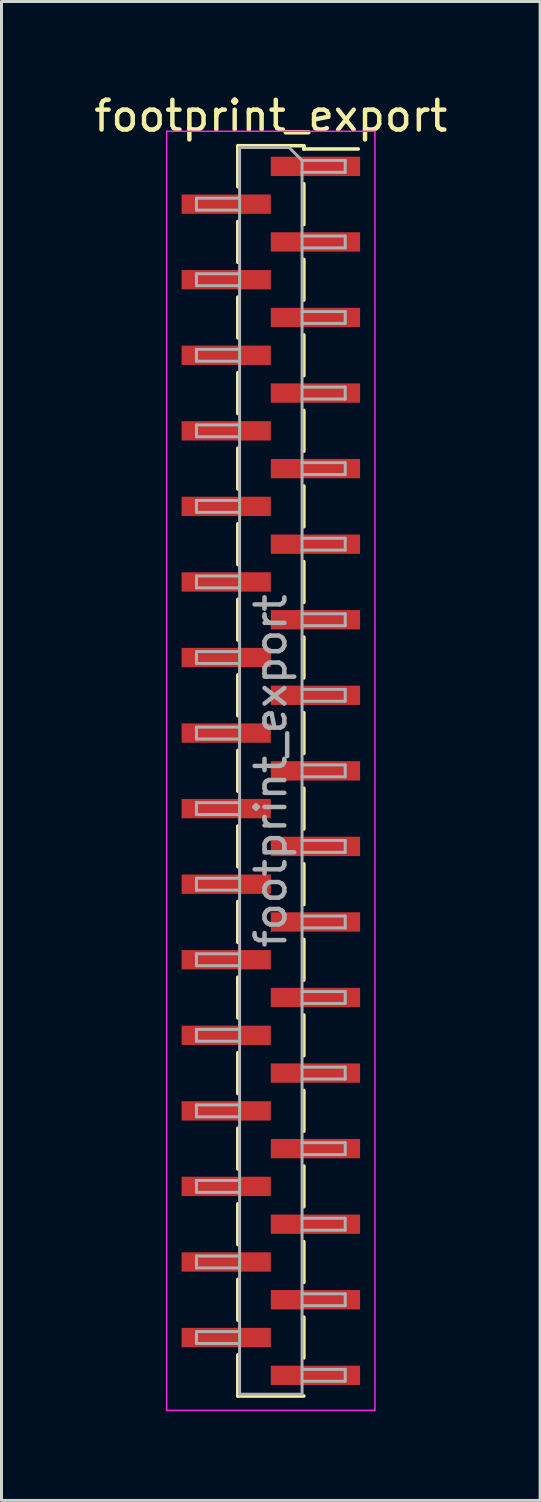
<source format=kicad_pcb>
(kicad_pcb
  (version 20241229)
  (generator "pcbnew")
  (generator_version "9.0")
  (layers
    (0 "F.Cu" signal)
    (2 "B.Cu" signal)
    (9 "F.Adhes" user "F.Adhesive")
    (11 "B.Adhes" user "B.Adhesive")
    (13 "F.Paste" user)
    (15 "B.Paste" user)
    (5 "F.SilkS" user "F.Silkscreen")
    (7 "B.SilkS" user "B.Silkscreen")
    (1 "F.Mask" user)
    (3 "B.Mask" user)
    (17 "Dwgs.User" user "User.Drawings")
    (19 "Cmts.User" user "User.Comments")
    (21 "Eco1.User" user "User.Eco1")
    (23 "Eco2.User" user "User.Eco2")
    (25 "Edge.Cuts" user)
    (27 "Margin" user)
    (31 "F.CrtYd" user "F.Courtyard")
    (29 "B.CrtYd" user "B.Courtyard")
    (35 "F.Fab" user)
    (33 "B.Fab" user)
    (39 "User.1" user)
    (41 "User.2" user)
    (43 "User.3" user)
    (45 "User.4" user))
  (footprint "footprint_export"
    (layer "F.Cu")
    (at 6.054 22.863)
    (property "Reference" "footprint_export" (at 0 -22.015 0) (layer "F.SilkS") (effects (font (size 1 1) (thickness 0.15))))
    (attr smd)
    (fp_line (start -1.11 -21.015) (end 1.11 -21.015) (stroke (width 0.12) (type solid)) (layer "F.SilkS"))
    (fp_line (start -1.11 -21.005) (end -1.11 -19.635) (stroke (width 0.12) (type solid)) (layer "F.SilkS"))
    (fp_line (start -1.11 -18.465) (end -1.11 -17.095) (stroke (width 0.12) (type solid)) (layer "F.SilkS"))
    (fp_line (start -1.11 -15.925) (end -1.11 -14.555) (stroke (width 0.12) (type solid)) (layer "F.SilkS"))
    (fp_line (start -1.11 -13.385) (end -1.11 -12.015) (stroke (width 0.12) (type solid)) (layer "F.SilkS"))
    (fp_line (start -1.11 -10.845) (end -1.11 -9.475) (stroke (width 0.12) (type solid)) (layer "F.SilkS"))
    (fp_line (start -1.11 -8.305) (end -1.11 -6.935) (stroke (width 0.12) (type solid)) (layer "F.SilkS"))
    (fp_line (start -1.11 -5.765) (end -1.11 -4.395) (stroke (width 0.12) (type solid)) (layer "F.SilkS"))
    (fp_line (start -1.11 -3.225) (end -1.11 -1.855) (stroke (width 0.12) (type solid)) (layer "F.SilkS"))
    (fp_line (start -1.11 -0.685) (end -1.11 0.685) (stroke (width 0.12) (type solid)) (layer "F.SilkS"))
    (fp_line (start -1.11 1.855) (end -1.11 3.225) (stroke (width 0.12) (type solid)) (layer "F.SilkS"))
    (fp_line (start -1.11 4.395) (end -1.11 5.765) (stroke (width 0.12) (type solid)) (layer "F.SilkS"))
    (fp_line (start -1.11 6.935) (end -1.11 8.305) (stroke (width 0.12) (type solid)) (layer "F.SilkS"))
    (fp_line (start -1.11 9.475) (end -1.11 10.845) (stroke (width 0.12) (type solid)) (layer "F.SilkS"))
    (fp_line (start -1.11 12.015) (end -1.11 13.385) (stroke (width 0.12) (type solid)) (layer "F.SilkS"))
    (fp_line (start -1.11 14.555) (end -1.11 15.925) (stroke (width 0.12) (type solid)) (layer "F.SilkS"))
    (fp_line (start -1.11 17.095) (end -1.11 18.465) (stroke (width 0.12) (type solid)) (layer "F.SilkS"))
    (fp_line (start -1.11 19.635) (end -1.11 21.005) (stroke (width 0.12) (type solid)) (layer "F.SilkS"))
    (fp_line (start -1.11 20.905) (end -1.11 21.015) (stroke (width 0.12) (type solid)) (layer "F.SilkS"))
    (fp_line (start -1.11 21.015) (end 1.11 21.015) (stroke (width 0.12) (type solid)) (layer "F.SilkS"))
    (fp_line (start 1.11 -21.015) (end 1.11 -20.905) (stroke (width 0.12) (type solid)) (layer "F.SilkS"))
    (fp_line (start 1.11 -20.905) (end 2.94 -20.905) (stroke (width 0.12) (type solid)) (layer "F.SilkS"))
    (fp_line (start 1.11 -19.735) (end 1.11 -18.365) (stroke (width 0.12) (type solid)) (layer "F.SilkS"))
    (fp_line (start 1.11 -17.195) (end 1.11 -15.825) (stroke (width 0.12) (type solid)) (layer "F.SilkS"))
    (fp_line (start 1.11 -14.655) (end 1.11 -13.285) (stroke (width 0.12) (type solid)) (layer "F.SilkS"))
    (fp_line (start 1.11 -12.115) (end 1.11 -10.745) (stroke (width 0.12) (type solid)) (layer "F.SilkS"))
    (fp_line (start 1.11 -9.575) (end 1.11 -8.205) (stroke (width 0.12) (type solid)) (layer "F.SilkS"))
    (fp_line (start 1.11 -7.035) (end 1.11 -5.665) (stroke (width 0.12) (type solid)) (layer "F.SilkS"))
    (fp_line (start 1.11 -4.495) (end 1.11 -3.125) (stroke (width 0.12) (type solid)) (layer "F.SilkS"))
    (fp_line (start 1.11 -1.955) (end 1.11 -0.585) (stroke (width 0.12) (type solid)) (layer "F.SilkS"))
    (fp_line (start 1.11 0.585) (end 1.11 1.955) (stroke (width 0.12) (type solid)) (layer "F.SilkS"))
    (fp_line (start 1.11 3.125) (end 1.11 4.495) (stroke (width 0.12) (type solid)) (layer "F.SilkS"))
    (fp_line (start 1.11 5.665) (end 1.11 7.035) (stroke (width 0.12) (type solid)) (layer "F.SilkS"))
    (fp_line (start 1.11 8.205) (end 1.11 9.575) (stroke (width 0.12) (type solid)) (layer "F.SilkS"))
    (fp_line (start 1.11 10.745) (end 1.11 12.115) (stroke (width 0.12) (type solid)) (layer "F.SilkS"))
    (fp_line (start 1.11 13.285) (end 1.11 14.655) (stroke (width 0.12) (type solid)) (layer "F.SilkS"))
    (fp_line (start 1.11 15.825) (end 1.11 17.195) (stroke (width 0.12) (type solid)) (layer "F.SilkS"))
    (fp_line (start 1.11 18.365) (end 1.11 19.735) (stroke (width 0.12) (type solid)) (layer "F.SilkS"))
    (fp_line (start -3.5 -21.5) (end -3.5 21.5) (stroke (width 0.05) (type solid)) (layer "F.CrtYd"))
    (fp_line (start -3.5 21.5) (end 3.5 21.5) (stroke (width 0.05) (type solid)) (layer "F.CrtYd"))
    (fp_line (start 3.5 -21.5) (end -3.5 -21.5) (stroke (width 0.05) (type solid)) (layer "F.CrtYd"))
    (fp_line (start 3.5 21.5) (end 3.5 -21.5) (stroke (width 0.05) (type solid)) (layer "F.CrtYd"))
    (fp_line (start -2.5 -19.25) (end -2.5 -18.85) (stroke (width 0.1) (type solid)) (layer "F.Fab"))
    (fp_line (start -2.5 -18.85) (end -1.05 -18.85) (stroke (width 0.1) (type solid)) (layer "F.Fab"))
    (fp_line (start -2.5 -16.71) (end -2.5 -16.31) (stroke (width 0.1) (type solid)) (layer "F.Fab"))
    (fp_line (start -2.5 -16.31) (end -1.05 -16.31) (stroke (width 0.1) (type solid)) (layer "F.Fab"))
    (fp_line (start -2.5 -14.17) (end -2.5 -13.77) (stroke (width 0.1) (type solid)) (layer "F.Fab"))
    (fp_line (start -2.5 -13.77) (end -1.05 -13.77) (stroke (width 0.1) (type solid)) (layer "F.Fab"))
    (fp_line (start -2.5 -11.63) (end -2.5 -11.23) (stroke (width 0.1) (type solid)) (layer "F.Fab"))
    (fp_line (start -2.5 -11.23) (end -1.05 -11.23) (stroke (width 0.1) (type solid)) (layer "F.Fab"))
    (fp_line (start -2.5 -9.09) (end -2.5 -8.69) (stroke (width 0.1) (type solid)) (layer "F.Fab"))
    (fp_line (start -2.5 -8.69) (end -1.05 -8.69) (stroke (width 0.1) (type solid)) (layer "F.Fab"))
    (fp_line (start -2.5 -6.55) (end -2.5 -6.15) (stroke (width 0.1) (type solid)) (layer "F.Fab"))
    (fp_line (start -2.5 -6.15) (end -1.05 -6.15) (stroke (width 0.1) (type solid)) (layer "F.Fab"))
    (fp_line (start -2.5 -4.01) (end -2.5 -3.61) (stroke (width 0.1) (type solid)) (layer "F.Fab"))
    (fp_line (start -2.5 -3.61) (end -1.05 -3.61) (stroke (width 0.1) (type solid)) (layer "F.Fab"))
    (fp_line (start -2.5 -1.47) (end -2.5 -1.07) (stroke (width 0.1) (type solid)) (layer "F.Fab"))
    (fp_line (start -2.5 -1.07) (end -1.05 -1.07) (stroke (width 0.1) (type solid)) (layer "F.Fab"))
    (fp_line (start -2.5 1.07) (end -2.5 1.47) (stroke (width 0.1) (type solid)) (layer "F.Fab"))
    (fp_line (start -2.5 1.47) (end -1.05 1.47) (stroke (width 0.1) (type solid)) (layer "F.Fab"))
    (fp_line (start -2.5 3.61) (end -2.5 4.01) (stroke (width 0.1) (type solid)) (layer "F.Fab"))
    (fp_line (start -2.5 4.01) (end -1.05 4.01) (stroke (width 0.1) (type solid)) (layer "F.Fab"))
    (fp_line (start -2.5 6.15) (end -2.5 6.55) (stroke (width 0.1) (type solid)) (layer "F.Fab"))
    (fp_line (start -2.5 6.55) (end -1.05 6.55) (stroke (width 0.1) (type solid)) (layer "F.Fab"))
    (fp_line (start -2.5 8.69) (end -2.5 9.09) (stroke (width 0.1) (type solid)) (layer "F.Fab"))
    (fp_line (start -2.5 9.09) (end -1.05 9.09) (stroke (width 0.1) (type solid)) (layer "F.Fab"))
    (fp_line (start -2.5 11.23) (end -2.5 11.63) (stroke (width 0.1) (type solid)) (layer "F.Fab"))
    (fp_line (start -2.5 11.63) (end -1.05 11.63) (stroke (width 0.1) (type solid)) (layer "F.Fab"))
    (fp_line (start -2.5 13.77) (end -2.5 14.17) (stroke (width 0.1) (type solid)) (layer "F.Fab"))
    (fp_line (start -2.5 14.17) (end -1.05 14.17) (stroke (width 0.1) (type solid)) (layer "F.Fab"))
    (fp_line (start -2.5 16.31) (end -2.5 16.71) (stroke (width 0.1) (type solid)) (layer "F.Fab"))
    (fp_line (start -2.5 16.71) (end -1.05 16.71) (stroke (width 0.1) (type solid)) (layer "F.Fab"))
    (fp_line (start -2.5 18.85) (end -2.5 19.25) (stroke (width 0.1) (type solid)) (layer "F.Fab"))
    (fp_line (start -2.5 19.25) (end -1.05 19.25) (stroke (width 0.1) (type solid)) (layer "F.Fab"))
    (fp_line (start -1.05 -20.955) (end -1.05 20.955) (stroke (width 0.1) (type solid)) (layer "F.Fab"))
    (fp_line (start -1.05 -20.955) (end 0.615 -20.955) (stroke (width 0.1) (type solid)) (layer "F.Fab"))
    (fp_line (start -1.05 -19.25) (end -2.5 -19.25) (stroke (width 0.1) (type solid)) (layer "F.Fab"))
    (fp_line (start -1.05 -16.71) (end -2.5 -16.71) (stroke (width 0.1) (type solid)) (layer "F.Fab"))
    (fp_line (start -1.05 -14.17) (end -2.5 -14.17) (stroke (width 0.1) (type solid)) (layer "F.Fab"))
    (fp_line (start -1.05 -11.63) (end -2.5 -11.63) (stroke (width 0.1) (type solid)) (layer "F.Fab"))
    (fp_line (start -1.05 -9.09) (end -2.5 -9.09) (stroke (width 0.1) (type solid)) (layer "F.Fab"))
    (fp_line (start -1.05 -6.55) (end -2.5 -6.55) (stroke (width 0.1) (type solid)) (layer "F.Fab"))
    (fp_line (start -1.05 -4.01) (end -2.5 -4.01) (stroke (width 0.1) (type solid)) (layer "F.Fab"))
    (fp_line (start -1.05 -1.47) (end -2.5 -1.47) (stroke (width 0.1) (type solid)) (layer "F.Fab"))
    (fp_line (start -1.05 1.07) (end -2.5 1.07) (stroke (width 0.1) (type solid)) (layer "F.Fab"))
    (fp_line (start -1.05 3.61) (end -2.5 3.61) (stroke (width 0.1) (type solid)) (layer "F.Fab"))
    (fp_line (start -1.05 6.15) (end -2.5 6.15) (stroke (width 0.1) (type solid)) (layer "F.Fab"))
    (fp_line (start -1.05 8.69) (end -2.5 8.69) (stroke (width 0.1) (type solid)) (layer "F.Fab"))
    (fp_line (start -1.05 11.23) (end -2.5 11.23) (stroke (width 0.1) (type solid)) (layer "F.Fab"))
    (fp_line (start -1.05 13.77) (end -2.5 13.77) (stroke (width 0.1) (type solid)) (layer "F.Fab"))
    (fp_line (start -1.05 16.31) (end -2.5 16.31) (stroke (width 0.1) (type solid)) (layer "F.Fab"))
    (fp_line (start -1.05 18.85) (end -2.5 18.85) (stroke (width 0.1) (type solid)) (layer "F.Fab"))
    (fp_line (start 1.05 -20.52) (end 0.615 -20.955) (stroke (width 0.1) (type solid)) (layer "F.Fab"))
    (fp_line (start 1.05 -20.52) (end 2.5 -20.52) (stroke (width 0.1) (type solid)) (layer "F.Fab"))
    (fp_line (start 1.05 -17.98) (end 2.5 -17.98) (stroke (width 0.1) (type solid)) (layer "F.Fab"))
    (fp_line (start 1.05 -15.44) (end 2.5 -15.44) (stroke (width 0.1) (type solid)) (layer "F.Fab"))
    (fp_line (start 1.05 -12.9) (end 2.5 -12.9) (stroke (width 0.1) (type solid)) (layer "F.Fab"))
    (fp_line (start 1.05 -10.36) (end 2.5 -10.36) (stroke (width 0.1) (type solid)) (layer "F.Fab"))
    (fp_line (start 1.05 -7.82) (end 2.5 -7.82) (stroke (width 0.1) (type solid)) (layer "F.Fab"))
    (fp_line (start 1.05 -5.28) (end 2.5 -5.28) (stroke (width 0.1) (type solid)) (layer "F.Fab"))
    (fp_line (start 1.05 -2.74) (end 2.5 -2.74) (stroke (width 0.1) (type solid)) (layer "F.Fab"))
    (fp_line (start 1.05 -0.2) (end 2.5 -0.2) (stroke (width 0.1) (type solid)) (layer "F.Fab"))
    (fp_line (start 1.05 2.34) (end 2.5 2.34) (stroke (width 0.1) (type solid)) (layer "F.Fab"))
    (fp_line (start 1.05 4.88) (end 2.5 4.88) (stroke (width 0.1) (type solid)) (layer "F.Fab"))
    (fp_line (start 1.05 7.42) (end 2.5 7.42) (stroke (width 0.1) (type solid)) (layer "F.Fab"))
    (fp_line (start 1.05 9.96) (end 2.5 9.96) (stroke (width 0.1) (type solid)) (layer "F.Fab"))
    (fp_line (start 1.05 12.5) (end 2.5 12.5) (stroke (width 0.1) (type solid)) (layer "F.Fab"))
    (fp_line (start 1.05 15.04) (end 2.5 15.04) (stroke (width 0.1) (type solid)) (layer "F.Fab"))
    (fp_line (start 1.05 17.58) (end 2.5 17.58) (stroke (width 0.1) (type solid)) (layer "F.Fab"))
    (fp_line (start 1.05 20.12) (end 2.5 20.12) (stroke (width 0.1) (type solid)) (layer "F.Fab"))
    (fp_line (start 1.05 20.955) (end -1.05 20.955) (stroke (width 0.1) (type solid)) (layer "F.Fab"))
    (fp_line (start 1.05 20.955) (end 1.05 -20.52) (stroke (width 0.1) (type solid)) (layer "F.Fab"))
    (fp_line (start 2.5 -20.52) (end 2.5 -20.12) (stroke (width 0.1) (type solid)) (layer "F.Fab"))
    (fp_line (start 2.5 -20.12) (end 1.05 -20.12) (stroke (width 0.1) (type solid)) (layer "F.Fab"))
    (fp_line (start 2.5 -17.98) (end 2.5 -17.58) (stroke (width 0.1) (type solid)) (layer "F.Fab"))
    (fp_line (start 2.5 -17.58) (end 1.05 -17.58) (stroke (width 0.1) (type solid)) (layer "F.Fab"))
    (fp_line (start 2.5 -15.44) (end 2.5 -15.04) (stroke (width 0.1) (type solid)) (layer "F.Fab"))
    (fp_line (start 2.5 -15.04) (end 1.05 -15.04) (stroke (width 0.1) (type solid)) (layer "F.Fab"))
    (fp_line (start 2.5 -12.9) (end 2.5 -12.5) (stroke (width 0.1) (type solid)) (layer "F.Fab"))
    (fp_line (start 2.5 -12.5) (end 1.05 -12.5) (stroke (width 0.1) (type solid)) (layer "F.Fab"))
    (fp_line (start 2.5 -10.36) (end 2.5 -9.96) (stroke (width 0.1) (type solid)) (layer "F.Fab"))
    (fp_line (start 2.5 -9.96) (end 1.05 -9.96) (stroke (width 0.1) (type solid)) (layer "F.Fab"))
    (fp_line (start 2.5 -7.82) (end 2.5 -7.42) (stroke (width 0.1) (type solid)) (layer "F.Fab"))
    (fp_line (start 2.5 -7.42) (end 1.05 -7.42) (stroke (width 0.1) (type solid)) (layer "F.Fab"))
    (fp_line (start 2.5 -5.28) (end 2.5 -4.88) (stroke (width 0.1) (type solid)) (layer "F.Fab"))
    (fp_line (start 2.5 -4.88) (end 1.05 -4.88) (stroke (width 0.1) (type solid)) (layer "F.Fab"))
    (fp_line (start 2.5 -2.74) (end 2.5 -2.34) (stroke (width 0.1) (type solid)) (layer "F.Fab"))
    (fp_line (start 2.5 -2.34) (end 1.05 -2.34) (stroke (width 0.1) (type solid)) (layer "F.Fab"))
    (fp_line (start 2.5 -0.2) (end 2.5 0.2) (stroke (width 0.1) (type solid)) (layer "F.Fab"))
    (fp_line (start 2.5 0.2) (end 1.05 0.2) (stroke (width 0.1) (type solid)) (layer "F.Fab"))
    (fp_line (start 2.5 2.34) (end 2.5 2.74) (stroke (width 0.1) (type solid)) (layer "F.Fab"))
    (fp_line (start 2.5 2.74) (end 1.05 2.74) (stroke (width 0.1) (type solid)) (layer "F.Fab"))
    (fp_line (start 2.5 4.88) (end 2.5 5.28) (stroke (width 0.1) (type solid)) (layer "F.Fab"))
    (fp_line (start 2.5 5.28) (end 1.05 5.28) (stroke (width 0.1) (type solid)) (layer "F.Fab"))
    (fp_line (start 2.5 7.42) (end 2.5 7.82) (stroke (width 0.1) (type solid)) (layer "F.Fab"))
    (fp_line (start 2.5 7.82) (end 1.05 7.82) (stroke (width 0.1) (type solid)) (layer "F.Fab"))
    (fp_line (start 2.5 9.96) (end 2.5 10.36) (stroke (width 0.1) (type solid)) (layer "F.Fab"))
    (fp_line (start 2.5 10.36) (end 1.05 10.36) (stroke (width 0.1) (type solid)) (layer "F.Fab"))
    (fp_line (start 2.5 12.5) (end 2.5 12.9) (stroke (width 0.1) (type solid)) (layer "F.Fab"))
    (fp_line (start 2.5 12.9) (end 1.05 12.9) (stroke (width 0.1) (type solid)) (layer "F.Fab"))
    (fp_line (start 2.5 15.04) (end 2.5 15.44) (stroke (width 0.1) (type solid)) (layer "F.Fab"))
    (fp_line (start 2.5 15.44) (end 1.05 15.44) (stroke (width 0.1) (type solid)) (layer "F.Fab"))
    (fp_line (start 2.5 17.58) (end 2.5 17.98) (stroke (width 0.1) (type solid)) (layer "F.Fab"))
    (fp_line (start 2.5 17.98) (end 1.05 17.98) (stroke (width 0.1) (type solid)) (layer "F.Fab"))
    (fp_line (start 2.5 20.12) (end 2.5 20.52) (stroke (width 0.1) (type solid)) (layer "F.Fab"))
    (fp_line (start 2.5 20.52) (end 1.05 20.52) (stroke (width 0.1) (type solid)) (layer "F.Fab"))
    (fp_text user "${REFERENCE}" (at 0 0 90) (layer "F.Fab") (effects (font (size 1 1) (thickness 0.15))))
    (pad "1" smd rect (at 1.5 -20.32) (size 3 0.65) (layers "F.Cu" "F.Mask" "F.Paste"))
    (pad "2" smd rect (at -1.5 -19.05) (size 3 0.65) (layers "F.Cu" "F.Mask" "F.Paste"))
    (pad "3" smd rect (at 1.5 -17.78) (size 3 0.65) (layers "F.Cu" "F.Mask" "F.Paste"))
    (pad "4" smd rect (at -1.5 -16.51) (size 3 0.65) (layers "F.Cu" "F.Mask" "F.Paste"))
    (pad "5" smd rect (at 1.5 -15.24) (size 3 0.65) (layers "F.Cu" "F.Mask" "F.Paste"))
    (pad "6" smd rect (at -1.5 -13.97) (size 3 0.65) (layers "F.Cu" "F.Mask" "F.Paste"))
    (pad "7" smd rect (at 1.5 -12.7) (size 3 0.65) (layers "F.Cu" "F.Mask" "F.Paste"))
    (pad "8" smd rect (at -1.5 -11.43) (size 3 0.65) (layers "F.Cu" "F.Mask" "F.Paste"))
    (pad "9" smd rect (at 1.5 -10.16) (size 3 0.65) (layers "F.Cu" "F.Mask" "F.Paste"))
    (pad "10" smd rect (at -1.5 -8.89) (size 3 0.65) (layers "F.Cu" "F.Mask" "F.Paste"))
    (pad "11" smd rect (at 1.5 -7.62) (size 3 0.65) (layers "F.Cu" "F.Mask" "F.Paste"))
    (pad "12" smd rect (at -1.5 -6.35) (size 3 0.65) (layers "F.Cu" "F.Mask" "F.Paste"))
    (pad "13" smd rect (at 1.5 -5.08) (size 3 0.65) (layers "F.Cu" "F.Mask" "F.Paste"))
    (pad "14" smd rect (at -1.5 -3.81) (size 3 0.65) (layers "F.Cu" "F.Mask" "F.Paste"))
    (pad "15" smd rect (at 1.5 -2.54) (size 3 0.65) (layers "F.Cu" "F.Mask" "F.Paste"))
    (pad "16" smd rect (at -1.5 -1.27) (size 3 0.65) (layers "F.Cu" "F.Mask" "F.Paste"))
    (pad "17" smd rect (at 1.5 0) (size 3 0.65) (layers "F.Cu" "F.Mask" "F.Paste"))
    (pad "18" smd rect (at -1.5 1.27) (size 3 0.65) (layers "F.Cu" "F.Mask" "F.Paste"))
    (pad "19" smd rect (at 1.5 2.54) (size 3 0.65) (layers "F.Cu" "F.Mask" "F.Paste"))
    (pad "20" smd rect (at -1.5 3.81) (size 3 0.65) (layers "F.Cu" "F.Mask" "F.Paste"))
    (pad "21" smd rect (at 1.5 5.08) (size 3 0.65) (layers "F.Cu" "F.Mask" "F.Paste"))
    (pad "22" smd rect (at -1.5 6.35) (size 3 0.65) (layers "F.Cu" "F.Mask" "F.Paste"))
    (pad "23" smd rect (at 1.5 7.62) (size 3 0.65) (layers "F.Cu" "F.Mask" "F.Paste"))
    (pad "24" smd rect (at -1.5 8.89) (size 3 0.65) (layers "F.Cu" "F.Mask" "F.Paste"))
    (pad "25" smd rect (at 1.5 10.16) (size 3 0.65) (layers "F.Cu" "F.Mask" "F.Paste"))
    (pad "26" smd rect (at -1.5 11.43) (size 3 0.65) (layers "F.Cu" "F.Mask" "F.Paste"))
    (pad "27" smd rect (at 1.5 12.7) (size 3 0.65) (layers "F.Cu" "F.Mask" "F.Paste"))
    (pad "28" smd rect (at -1.5 13.97) (size 3 0.65) (layers "F.Cu" "F.Mask" "F.Paste"))
    (pad "29" smd rect (at 1.5 15.24) (size 3 0.65) (layers "F.Cu" "F.Mask" "F.Paste"))
    (pad "30" smd rect (at -1.5 16.51) (size 3 0.65) (layers "F.Cu" "F.Mask" "F.Paste"))
    (pad "31" smd rect (at 1.5 17.78) (size 3 0.65) (layers "F.Cu" "F.Mask" "F.Paste"))
    (pad "32" smd rect (at -1.5 19.05) (size 3 0.65) (layers "F.Cu" "F.Mask" "F.Paste"))
    (pad "33" smd rect (at 1.5 20.32) (size 3 0.65) (layers "F.Cu" "F.Mask" "F.Paste")))
  (gr_rect
    (start -3 -3)
    (end 15.107 47.388)
    (stroke (width 0.1) (type default))
    (fill no)
    (layer "Edge.Cuts")))
</source>
